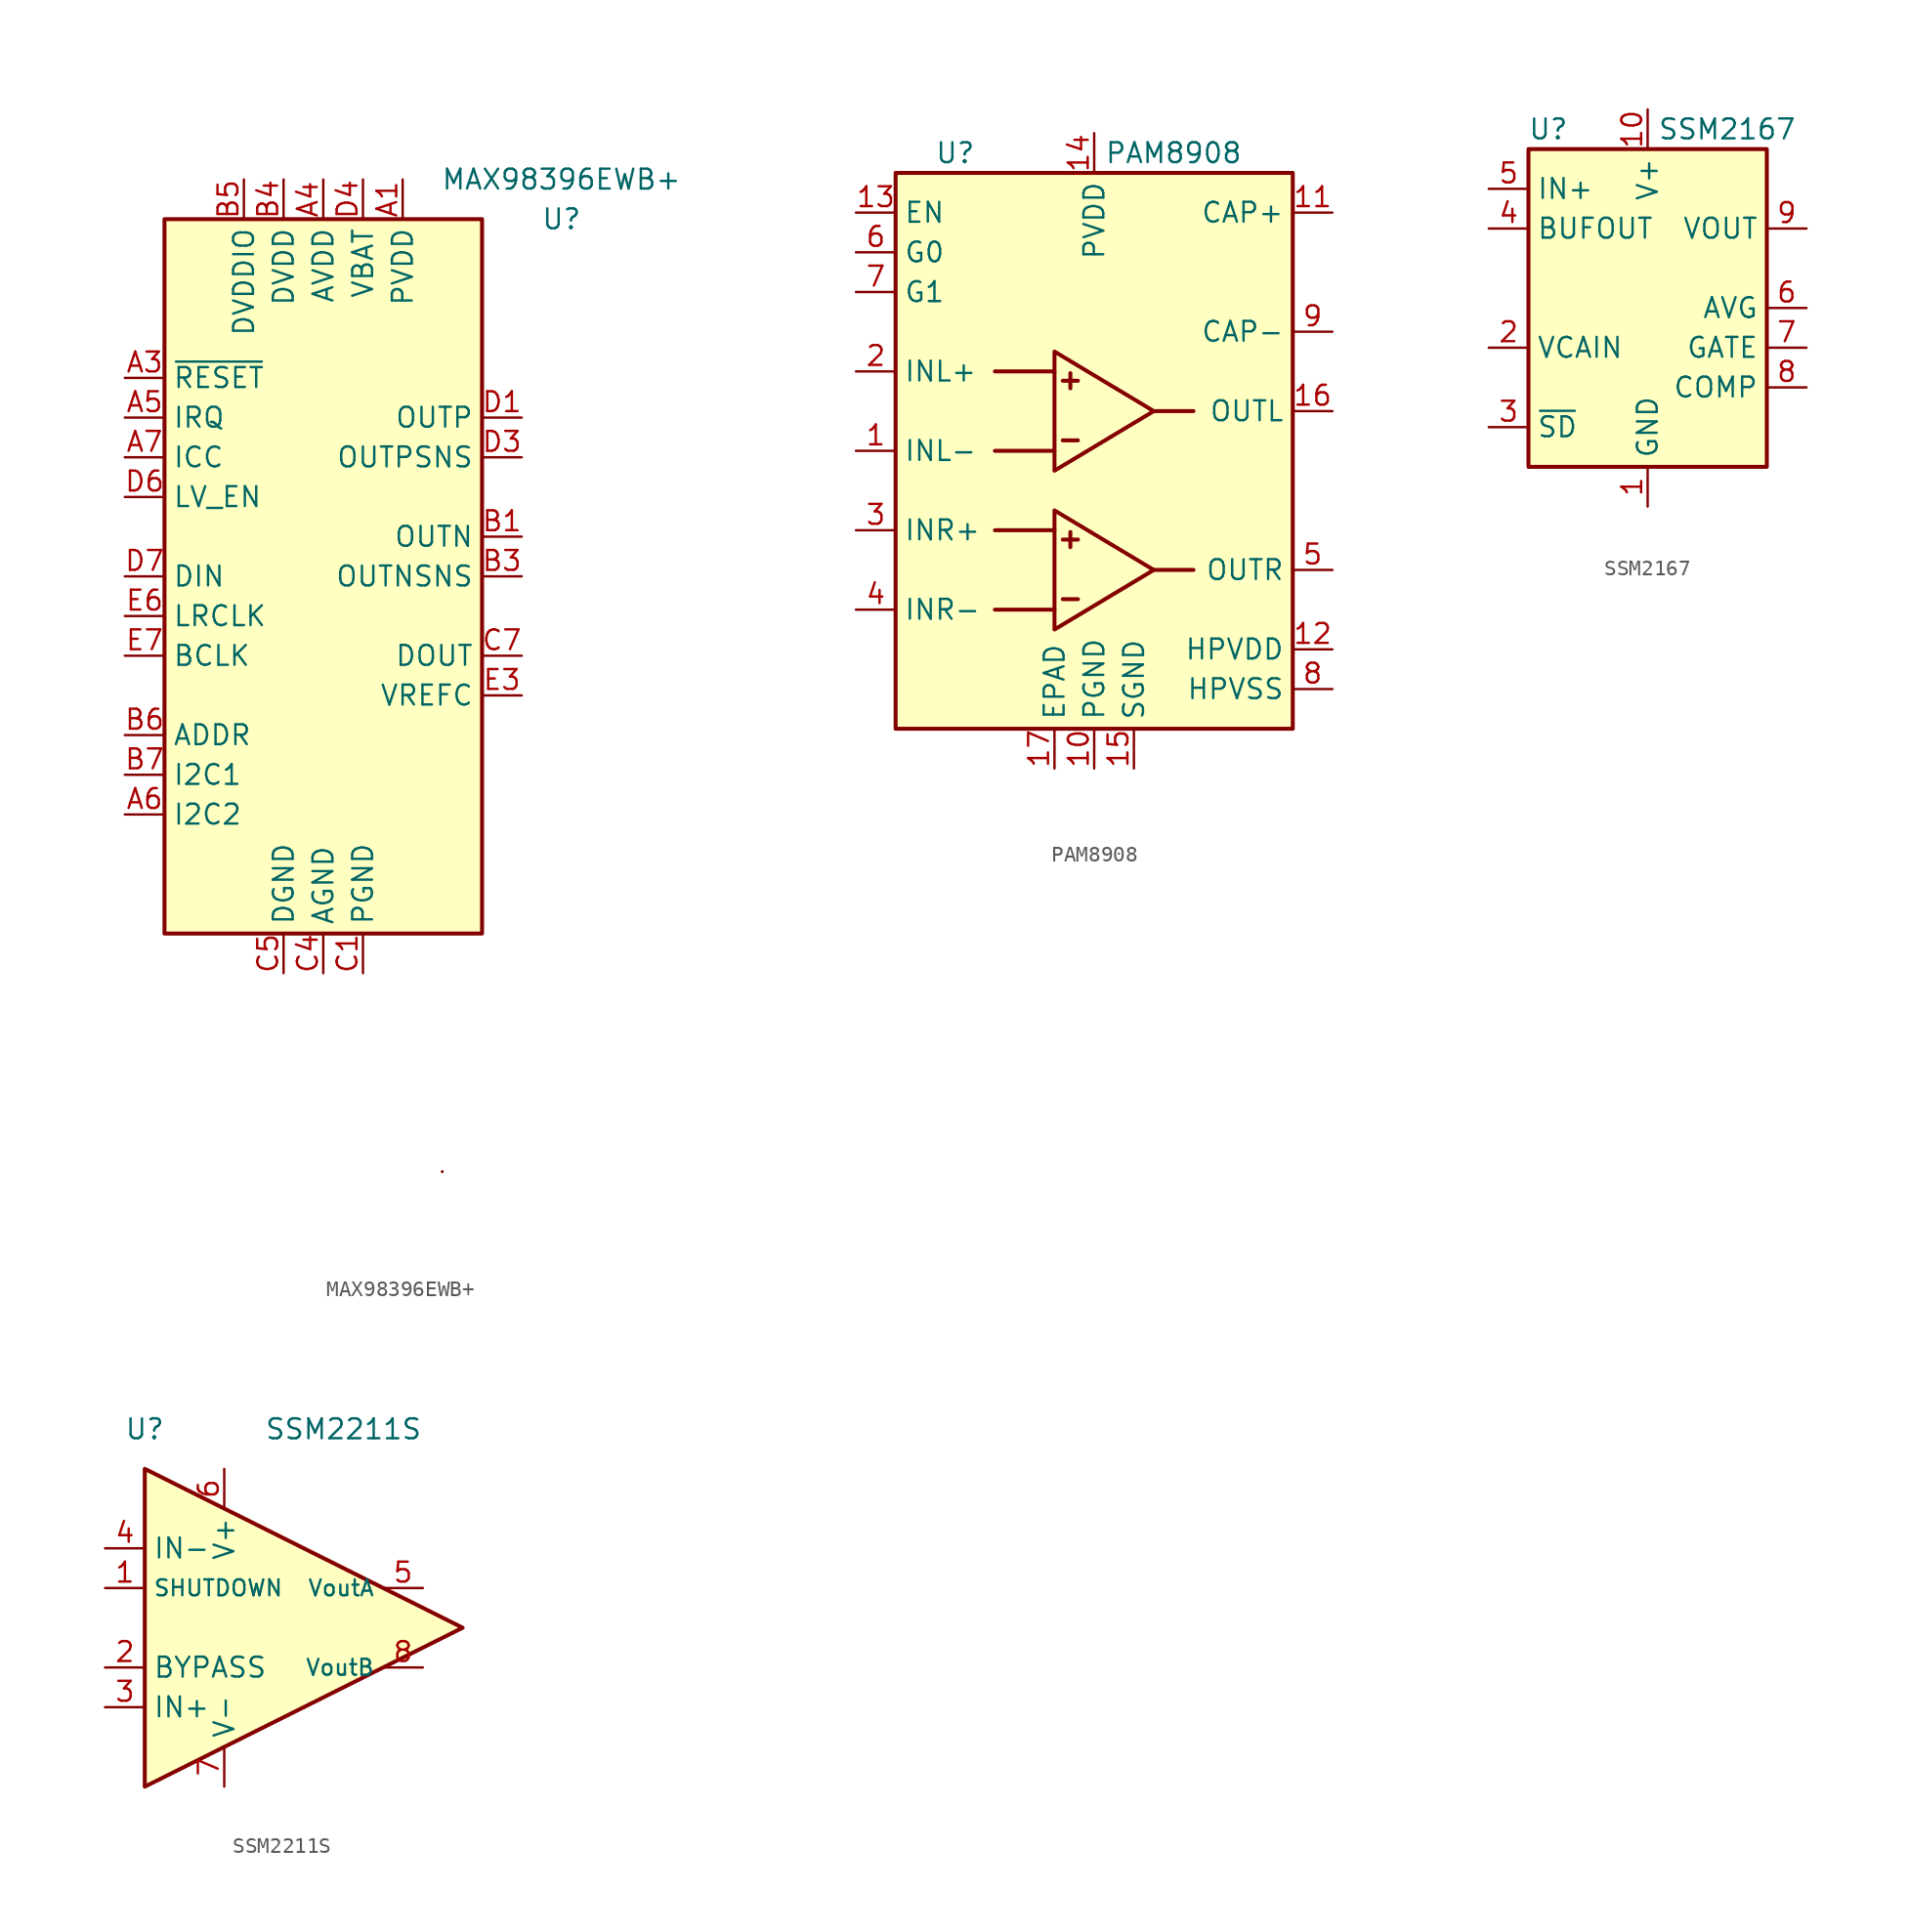
<source format=kicad_sym>
(kicad_symbol_lib
  (version 20241209)
  (generator "kicad_symbol_editor")
  (generator_version "9.0")
  (symbol "MAX98396EWB+"
    (property "Reference" "U"
      (at 15.24 22.86 0)
      (effects (font (size 1.27 1.27))))
    (property "Value" "MAX98396EWB+"
      (at 15.24 25.4 0)
      (effects (font (size 1.27 1.27))))
    (symbol "MAX98396EWB+_0_1"
      (rectangle (start -10.16 22.86) (end 10.16 -22.86) (stroke (width 0.254) (type default)) (fill (type background)))
      (rectangle (start 7.62 -38.1) (end 7.62 -38.1) (stroke (width 0.152) (type default)) (fill (type none)))
      (rectangle (start 7.62 -38.1) (end 7.62 -38.1) (stroke (width 0.152) (type default)) (fill (type none)))
      (rectangle (start 7.62 -38.1) (end 7.62 -38.1) (stroke (width 0.152) (type default)) (fill (type none)))
      (rectangle (start 7.62 -38.1) (end 7.62 -38.1) (stroke (width 0.152) (type default)) (fill (type none))))
    (symbol "MAX98396EWB+_1_1"
      (pin input line (at -12.7 12.7 0) (length 2.54) (name "~{RESET}" (effects (font (size 1.27 1.27)))) (number "A3" (effects (font (size 1.27 1.27)))))
      (pin open_collector line (at -12.7 10.16 0) (length 2.54) (name "IRQ" (effects (font (size 1.27 1.27)))) (number "A5" (effects (font (size 1.27 1.27)))))
      (pin bidirectional line (at -12.7 7.62 0) (length 2.54) (name "ICC" (effects (font (size 1.27 1.27)))) (number "A7" (effects (font (size 1.27 1.27)))))
      (pin open_collector line (at -12.7 5.08 0) (length 2.54) (name "LV_EN" (effects (font (size 1.27 1.27)))) (number "D6" (effects (font (size 1.27 1.27)))))
      (pin input line (at -12.7 0 0) (length 2.54) (name "DIN" (effects (font (size 1.27 1.27)))) (number "D7" (effects (font (size 1.27 1.27)))))
      (pin input line (at -12.7 -2.54 0) (length 2.54) (name "LRCLK" (effects (font (size 1.27 1.27)))) (number "E6" (effects (font (size 1.27 1.27)))))
      (pin input line (at -12.7 -5.08 0) (length 2.54) (name "BCLK" (effects (font (size 1.27 1.27)))) (number "E7" (effects (font (size 1.27 1.27)))))
      (pin input line (at -12.7 -10.16 0) (length 2.54) (name "ADDR" (effects (font (size 1.27 1.27)))) (number "B6" (effects (font (size 1.27 1.27)))))
      (pin bidirectional line (at -12.7 -12.7 0) (length 2.54) (name "I2C1" (effects (font (size 1.27 1.27)))) (number "B7" (effects (font (size 1.27 1.27)))))
      (pin bidirectional line (at -12.7 -15.24 0) (length 2.54) (name "I2C2" (effects (font (size 1.27 1.27)))) (number "A6" (effects (font (size 1.27 1.27)))))
      (pin power_in line (at -5.08 25.4 270) (length 2.54) (name "DVDDIO" (effects (font (size 1.27 1.27)))) (number "B5" (effects (font (size 1.27 1.27)))))
      (pin power_in line (at -2.54 25.4 270) (length 2.54) (name "DVDD" (effects (font (size 1.27 1.27)))) (number "B4" (effects (font (size 1.27 1.27)))))
      (pin power_in line (at -2.54 -25.4 90) (length 2.54) (name "DGND" (effects (font (size 1.27 1.27)))) (number "C5" (effects (font (size 1.27 1.27)))))
      (pin passive line (at -2.54 -25.4 90) (length 2.54) (hide yes) (name "DGND" (effects (font (size 1.27 1.27)))) (number "C6" (effects (font (size 1.27 1.27)))))
      (pin power_in line (at 0 25.4 270) (length 2.54) (name "AVDD" (effects (font (size 1.27 1.27)))) (number "A4" (effects (font (size 1.27 1.27)))))
      (pin power_in line (at 0 -25.4 90) (length 2.54) (name "AGND" (effects (font (size 1.27 1.27)))) (number "C4" (effects (font (size 1.27 1.27)))))
      (pin passive line (at 0 -25.4 90) (length 2.54) (hide yes) (name "AGND" (effects (font (size 1.27 1.27)))) (number "D5" (effects (font (size 1.27 1.27)))))
      (pin passive line (at 0 -25.4 90) (length 2.54) (hide yes) (name "AGND" (effects (font (size 1.27 1.27)))) (number "E5" (effects (font (size 1.27 1.27)))))
      (pin power_in line (at 2.54 25.4 270) (length 2.54) (name "VBAT" (effects (font (size 1.27 1.27)))) (number "D4" (effects (font (size 1.27 1.27)))))
      (pin passive line (at 2.54 25.4 270) (length 2.54) (hide yes) (name "VBAT" (effects (font (size 1.27 1.27)))) (number "E4" (effects (font (size 1.27 1.27)))))
      (pin power_in line (at 2.54 -25.4 90) (length 2.54) (name "PGND" (effects (font (size 1.27 1.27)))) (number "C1" (effects (font (size 1.27 1.27)))))
      (pin passive line (at 2.54 -25.4 90) (length 2.54) (hide yes) (name "PGND" (effects (font (size 1.27 1.27)))) (number "C2" (effects (font (size 1.27 1.27)))))
      (pin passive line (at 2.54 -25.4 90) (length 2.54) (hide yes) (name "PGND" (effects (font (size 1.27 1.27)))) (number "C3" (effects (font (size 1.27 1.27)))))
      (pin power_in line (at 5.08 25.4 270) (length 2.54) (name "PVDD" (effects (font (size 1.27 1.27)))) (number "A1" (effects (font (size 1.27 1.27)))))
      (pin passive line (at 5.08 25.4 270) (length 2.54) (hide yes) (name "PVDD" (effects (font (size 1.27 1.27)))) (number "A2" (effects (font (size 1.27 1.27)))))
      (pin passive line (at 5.08 25.4 270) (length 2.54) (hide yes) (name "PVDD" (effects (font (size 1.27 1.27)))) (number "E1" (effects (font (size 1.27 1.27)))))
      (pin passive line (at 5.08 25.4 270) (length 2.54) (hide yes) (name "PVDD" (effects (font (size 1.27 1.27)))) (number "E2" (effects (font (size 1.27 1.27)))))
      (pin output line (at 12.7 10.16 180) (length 2.54) (name "OUTP" (effects (font (size 1.27 1.27)))) (number "D1" (effects (font (size 1.27 1.27)))))
      (pin output line (at 12.7 10.16 180) (length 2.54) (hide yes) (name "OUTP" (effects (font (size 1.27 1.27)))) (number "D2" (effects (font (size 1.27 1.27)))))
      (pin output line (at 12.7 7.62 180) (length 2.54) (name "OUTPSNS" (effects (font (size 1.27 1.27)))) (number "D3" (effects (font (size 1.27 1.27)))))
      (pin output line (at 12.7 2.54 180) (length 2.54) (name "OUTN" (effects (font (size 1.27 1.27)))) (number "B1" (effects (font (size 1.27 1.27)))))
      (pin output line (at 12.7 2.54 180) (length 2.54) (hide yes) (name "OUTN" (effects (font (size 1.27 1.27)))) (number "B2" (effects (font (size 1.27 1.27)))))
      (pin output line (at 12.7 0 180) (length 2.54) (name "OUTNSNS" (effects (font (size 1.27 1.27)))) (number "B3" (effects (font (size 1.27 1.27)))))
      (pin output line (at 12.7 -5.08 180) (length 2.54) (name "DOUT" (effects (font (size 1.27 1.27)))) (number "C7" (effects (font (size 1.27 1.27)))))
      (pin passive line (at 12.7 -7.62 180) (length 2.54) (name "VREFC" (effects (font (size 1.27 1.27)))) (number "E3" (effects (font (size 1.27 1.27)))))))
  (symbol "PAM8908"
    (property "Reference" "U"
      (at -8.89 19.05 0)
      (effects (font (size 1.27 1.27))))
    (property "Value" "PAM8908"
      (at 5.08 19.05 0)
      (effects (font (size 1.27 1.27))))
    (symbol "PAM8908_0_0"
      (polyline (pts (xy 3.81 2.54) (xy -2.54 6.35) (xy -2.54 -1.27) (xy 3.81 2.54)) (stroke (width 0.254) (type default)) (fill (type none)))
      (polyline (pts (xy 3.81 -7.62) (xy -2.54 -3.81) (xy -2.54 -11.43) (xy 3.81 -7.62)) (stroke (width 0.254) (type default)) (fill (type none))))
    (symbol "PAM8908_0_1"
      (rectangle (start -12.7 17.78) (end 12.7 -17.78) (stroke (width 0.254) (type default)) (fill (type background)))
      (polyline (pts (xy -6.35 5.08) (xy -2.54 5.08)) (stroke (width 0.254) (type default)) (fill (type none)))
      (polyline (pts (xy -6.35 0) (xy -2.54 0)) (stroke (width 0.254) (type default)) (fill (type none)))
      (polyline (pts (xy -6.35 -5.08) (xy -2.54 -5.08)) (stroke (width 0.254) (type default)) (fill (type none)))
      (polyline (pts (xy -6.35 -10.16) (xy -2.54 -10.16)) (stroke (width 0.254) (type default)) (fill (type none)))
      (polyline (pts (xy 3.81 2.54) (xy 6.35 2.54)) (stroke (width 0.254) (type default)) (fill (type none)))
      (polyline (pts (xy 3.81 -7.62) (xy 6.35 -7.62)) (stroke (width 0.254) (type default)) (fill (type none)))
      (pin passive line (at 15.24 7.62 180) (length 2.54) (name "CAP-" (effects (font (size 1.27 1.27)))) (number "9" (effects (font (size 1.27 1.27))))))
    (symbol "PAM8908_1_1"
      (text "+" (at -1.524 4.572 0) (effects (font (size 1.27 1.27) (thickness 0.254) (bold yes))))
      (text "-" (at -1.524 0.762 0) (effects (font (size 1.27 1.27) (thickness 0.254) (bold yes))))
      (text "+" (at -1.524 -5.588 0) (effects (font (size 1.27 1.27) (thickness 0.254) (bold yes))))
      (text "-" (at -1.524 -9.398 0) (effects (font (size 1.27 1.27) (thickness 0.254) (bold yes))))
      (pin input line (at -15.24 15.24 0) (length 2.54) (name "EN" (effects (font (size 1.27 1.27)))) (number "13" (effects (font (size 1.27 1.27)))))
      (pin input line (at -15.24 12.7 0) (length 2.54) (name "G0" (effects (font (size 1.27 1.27)))) (number "6" (effects (font (size 1.27 1.27)))))
      (pin input line (at -15.24 10.16 0) (length 2.54) (name "G1" (effects (font (size 1.27 1.27)))) (number "7" (effects (font (size 1.27 1.27)))))
      (pin input line (at -15.24 5.08 0) (length 2.54) (name "INL+" (effects (font (size 1.27 1.27)))) (number "2" (effects (font (size 1.27 1.27)))))
      (pin input line (at -15.24 0 0) (length 2.54) (name "INL-" (effects (font (size 1.27 1.27)))) (number "1" (effects (font (size 1.27 1.27)))))
      (pin input line (at -15.24 -5.08 0) (length 2.54) (name "INR+" (effects (font (size 1.27 1.27)))) (number "3" (effects (font (size 1.27 1.27)))))
      (pin input line (at -15.24 -10.16 0) (length 2.54) (name "INR-" (effects (font (size 1.27 1.27)))) (number "4" (effects (font (size 1.27 1.27)))))
      (pin passive line (at -2.54 -20.32 90) (length 2.54) (name "EPAD" (effects (font (size 1.27 1.27)))) (number "17" (effects (font (size 1.27 1.27)))))
      (pin power_in line (at 0 20.32 270) (length 2.54) (name "PVDD" (effects (font (size 1.27 1.27)))) (number "14" (effects (font (size 1.27 1.27)))))
      (pin power_in line (at 0 -20.32 90) (length 2.54) (name "PGND" (effects (font (size 1.27 1.27)))) (number "10" (effects (font (size 1.27 1.27)))))
      (pin power_in line (at 2.54 -20.32 90) (length 2.54) (name "SGND" (effects (font (size 1.27 1.27)))) (number "15" (effects (font (size 1.27 1.27)))))
      (pin passive line (at 15.24 15.24 180) (length 2.54) (name "CAP+" (effects (font (size 1.27 1.27)))) (number "11" (effects (font (size 1.27 1.27)))))
      (pin output line (at 15.24 2.54 180) (length 2.54) (name "OUTL" (effects (font (size 1.27 1.27)))) (number "16" (effects (font (size 1.27 1.27)))))
      (pin output line (at 15.24 -7.62 180) (length 2.54) (name "OUTR" (effects (font (size 1.27 1.27)))) (number "5" (effects (font (size 1.27 1.27)))))
      (pin power_out line (at 15.24 -12.7 180) (length 2.54) (name "HPVDD" (effects (font (size 1.27 1.27)))) (number "12" (effects (font (size 1.27 1.27)))))
      (pin power_out line (at 15.24 -15.24 180) (length 2.54) (name "HPVSS" (effects (font (size 1.27 1.27)))) (number "8" (effects (font (size 1.27 1.27)))))))
  (symbol "SSM2167"
    (property "Reference" "U"
      (at -6.35 11.43 0)
      (effects (font (size 1.27 1.27))))
    (property "Value" "SSM2167"
      (at 5.08 11.43 0)
      (effects (font (size 1.27 1.27))))
    (symbol "SSM2167_0_1"
      (rectangle (start -7.62 10.16) (end 7.62 -10.16) (stroke (width 0.254) (type default)) (fill (type background))))
    (symbol "SSM2167_1_1"
      (pin input line (at -10.16 7.62 0) (length 2.54) (name "IN+" (effects (font (size 1.27 1.27)))) (number "5" (effects (font (size 1.27 1.27)))))
      (pin output line (at -10.16 5.08 0) (length 2.54) (name "BUFOUT" (effects (font (size 1.27 1.27)))) (number "4" (effects (font (size 1.27 1.27)))))
      (pin input line (at -10.16 -2.54 0) (length 2.54) (name "VCAIN" (effects (font (size 1.27 1.27)))) (number "2" (effects (font (size 1.27 1.27)))))
      (pin input line (at -10.16 -7.62 0) (length 2.54) (name "~{SD}" (effects (font (size 1.27 1.27)))) (number "3" (effects (font (size 1.27 1.27)))))
      (pin power_in line (at 0 12.7 270) (length 2.54) (name "V+" (effects (font (size 1.27 1.27)))) (number "10" (effects (font (size 1.27 1.27)))))
      (pin power_in line (at 0 -12.7 90) (length 2.54) (name "GND" (effects (font (size 1.27 1.27)))) (number "1" (effects (font (size 1.27 1.27)))))
      (pin output line (at 10.16 5.08 180) (length 2.54) (name "VOUT" (effects (font (size 1.27 1.27)))) (number "9" (effects (font (size 1.27 1.27)))))
      (pin passive line (at 10.16 0 180) (length 2.54) (name "AVG" (effects (font (size 1.27 1.27)))) (number "6" (effects (font (size 1.27 1.27)))))
      (pin passive line (at 10.16 -2.54 180) (length 2.54) (name "GATE" (effects (font (size 1.27 1.27)))) (number "7" (effects (font (size 1.27 1.27)))))
      (pin passive line (at 10.16 -5.08 180) (length 2.54) (name "COMP" (effects (font (size 1.27 1.27)))) (number "8" (effects (font (size 1.27 1.27)))))))
  (symbol "SSM2211S"
    (property "Reference" "U"
      (at -7.62 12.7 0)
      (effects (font (size 1.27 1.27))))
    (property "Value" "SSM2211S"
      (at 5.08 12.7 0)
      (effects (font (size 1.27 1.27))))
    (symbol "SSM2211S_0_1"
      (polyline (pts (xy -7.62 10.16) (xy -7.62 -10.16) (xy 12.7 0) (xy -7.62 10.16)) (stroke (width 0.254) (type default)) (fill (type background))))
    (symbol "SSM2211S_1_1"
      (pin input line (at -10.16 5.08 0) (length 2.54) (name "IN-" (effects (font (size 1.27 1.27)))) (number "4" (effects (font (size 1.27 1.27)))))
      (pin input line (at -10.16 2.54 0) (length 2.54) (name "SHUTDOWN" (effects (font (size 1.016 1.016)))) (number "1" (effects (font (size 1.27 1.27)))))
      (pin passive line (at -10.16 -2.54 0) (length 2.54) (name "BYPASS" (effects (font (size 1.27 1.27)))) (number "2" (effects (font (size 1.27 1.27)))))
      (pin input line (at -10.16 -5.08 0) (length 2.54) (name "IN+" (effects (font (size 1.27 1.27)))) (number "3" (effects (font (size 1.27 1.27)))))
      (pin power_in line (at -2.54 10.16 270) (length 2.54) (name "V+" (effects (font (size 1.27 1.27)))) (number "6" (effects (font (size 1.27 1.27)))))
      (pin power_in line (at -2.54 -10.16 90) (length 2.54) (name "V-" (effects (font (size 1.27 1.27)))) (number "7" (effects (font (size 1.27 1.27)))))
      (pin output line (at 10.16 2.54 180) (length 2.54) (name "VoutA" (effects (font (size 1.016 1.016)))) (number "5" (effects (font (size 1.27 1.27)))))
      (pin output line (at 10.16 -2.54 180) (length 2.54) (name "VoutB" (effects (font (size 1.016 1.016)))) (number "8" (effects (font (size 1.27 1.27))))))))
</source>
